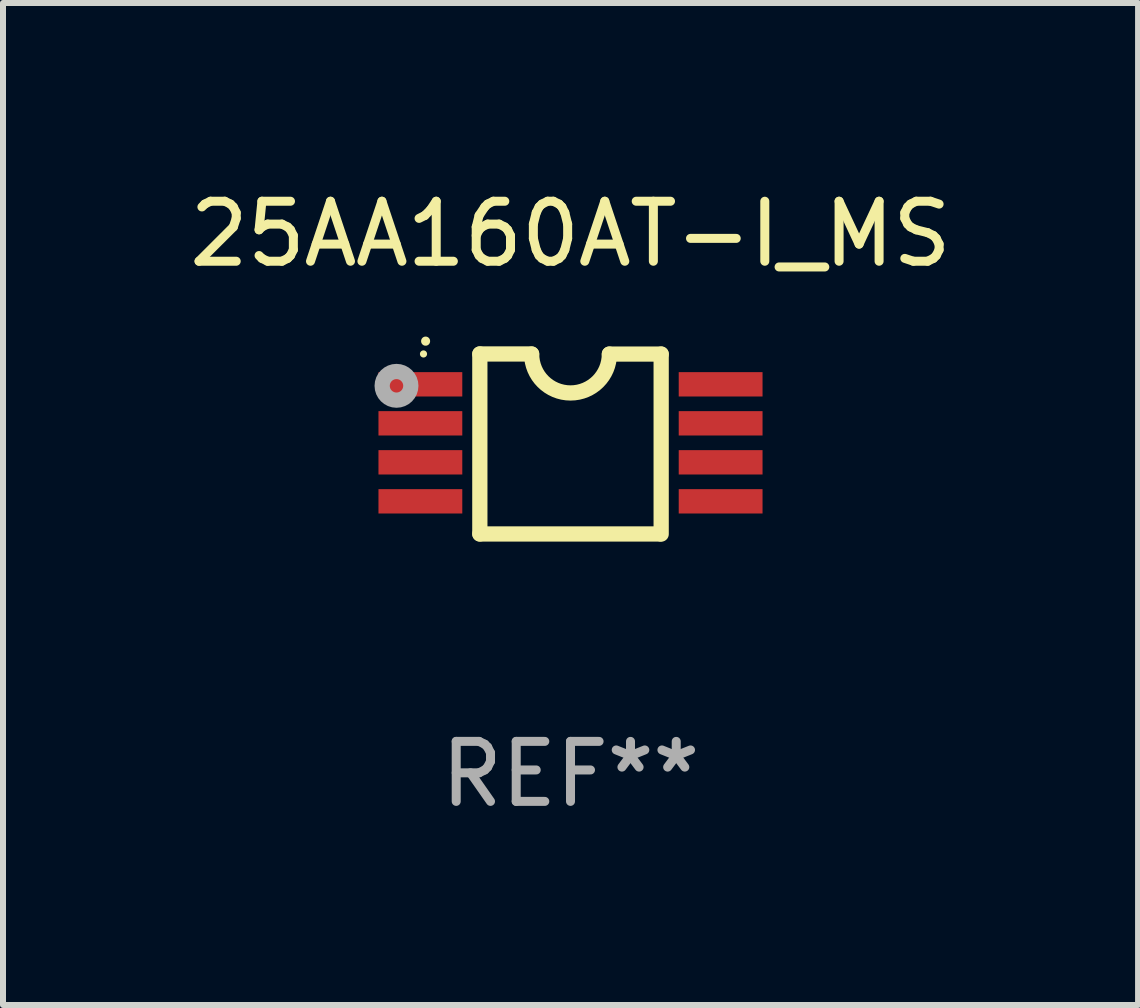
<source format=kicad_pcb>
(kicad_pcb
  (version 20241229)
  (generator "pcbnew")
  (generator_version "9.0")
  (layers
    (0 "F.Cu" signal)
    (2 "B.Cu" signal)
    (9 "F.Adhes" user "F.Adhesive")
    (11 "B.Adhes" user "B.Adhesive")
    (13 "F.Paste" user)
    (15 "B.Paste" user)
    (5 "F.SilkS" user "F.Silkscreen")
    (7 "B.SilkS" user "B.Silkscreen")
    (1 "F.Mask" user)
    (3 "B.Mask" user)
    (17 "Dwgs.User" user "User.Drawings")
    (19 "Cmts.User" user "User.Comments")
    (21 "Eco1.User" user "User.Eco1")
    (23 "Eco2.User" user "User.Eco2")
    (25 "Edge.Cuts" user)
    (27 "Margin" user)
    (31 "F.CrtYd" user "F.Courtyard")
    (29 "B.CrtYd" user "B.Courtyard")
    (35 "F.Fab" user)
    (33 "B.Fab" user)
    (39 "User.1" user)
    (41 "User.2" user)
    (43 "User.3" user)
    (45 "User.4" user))
  (footprint "25AA160AT-I_MS"
    (layer "F.Cu")
    (at 6.458 4.35)
    (property "Reference" "25AA160AT-I_MS" (at 0 -3.501 0) (layer "F.SilkS") (effects (font (size 1 1) (thickness 0.15))))
    (attr through_hole)
    (fp_line (start -1.511 -1.501) (end -1.511 1.499) (stroke (width 0.254) (type solid)) (layer "F.SilkS"))
    (fp_line (start -1.511 -1.501) (end -0.648 -1.501) (stroke (width 0.254) (type solid)) (layer "F.SilkS"))
    (fp_line (start -1.511 1.499) (end 1.489 1.499) (stroke (width 0.254) (type solid)) (layer "F.SilkS"))
    (fp_line (start 0.648 -1.499) (end 1.511 -1.499) (stroke (width 0.254) (type solid)) (layer "F.SilkS"))
    (fp_line (start 1.511 -1.499) (end 1.511 1.501) (stroke (width 0.254) (type solid)) (layer "F.SilkS"))
    (fp_arc (start -2.41491 -1.713233) (mid -2.414916 -1.714503) (end -2.41491 -1.715773) (stroke (width 0.150013) (type solid)) (layer "F.SilkS"))
    (fp_arc (start 0.647803 -1.498603) (mid 0.000102 -0.850902) (end -0.647599 -1.498603) (stroke (width 0.254001) (type solid)) (layer "F.SilkS"))
    (fp_circle (center -2.45 -1.501) (end -2.42 -1.501) (stroke (width 0.06) (type solid)) (fill no) (layer "F.SilkS"))
    (fp_circle (center -2.9 -0.97) (end -2.788 -0.97) (stroke (width 0.254) (type solid)) (fill no) (layer "F.Fab"))
    (fp_text user "REF**" (at 0 5.501 0) (layer "F.Fab") (effects (font (size 1 1) (thickness 0.15))))
    (pad "1" smd rect (at -2.502 -0.995) (size 1.397 0.406) (layers "F.Cu" "F.Mask" "F.Paste"))
    (pad "2" smd rect (at -2.502 -0.345) (size 1.397 0.406) (layers "F.Cu" "F.Mask" "F.Paste"))
    (pad "3" smd rect (at -2.502 0.305) (size 1.397 0.406) (layers "F.Cu" "F.Mask" "F.Paste"))
    (pad "4" smd rect (at -2.502 0.955) (size 1.397 0.406) (layers "F.Cu" "F.Mask" "F.Paste"))
    (pad "5" smd rect (at 2.502 0.955) (size 1.397 0.406) (layers "F.Cu" "F.Mask" "F.Paste"))
    (pad "6" smd rect (at 2.502 0.305) (size 1.397 0.406) (layers "F.Cu" "F.Mask" "F.Paste"))
    (pad "7" smd rect (at 2.502 -0.345) (size 1.397 0.406) (layers "F.Cu" "F.Mask" "F.Paste"))
    (pad "8" smd rect (at 2.502 -0.995) (size 1.397 0.406) (layers "F.Cu" "F.Mask" "F.Paste")))
  (gr_rect
    (start -3 -3)
    (end 15.917 13.699)
    (stroke (width 0.1) (type default))
    (fill no)
    (layer "Edge.Cuts")))
</source>
